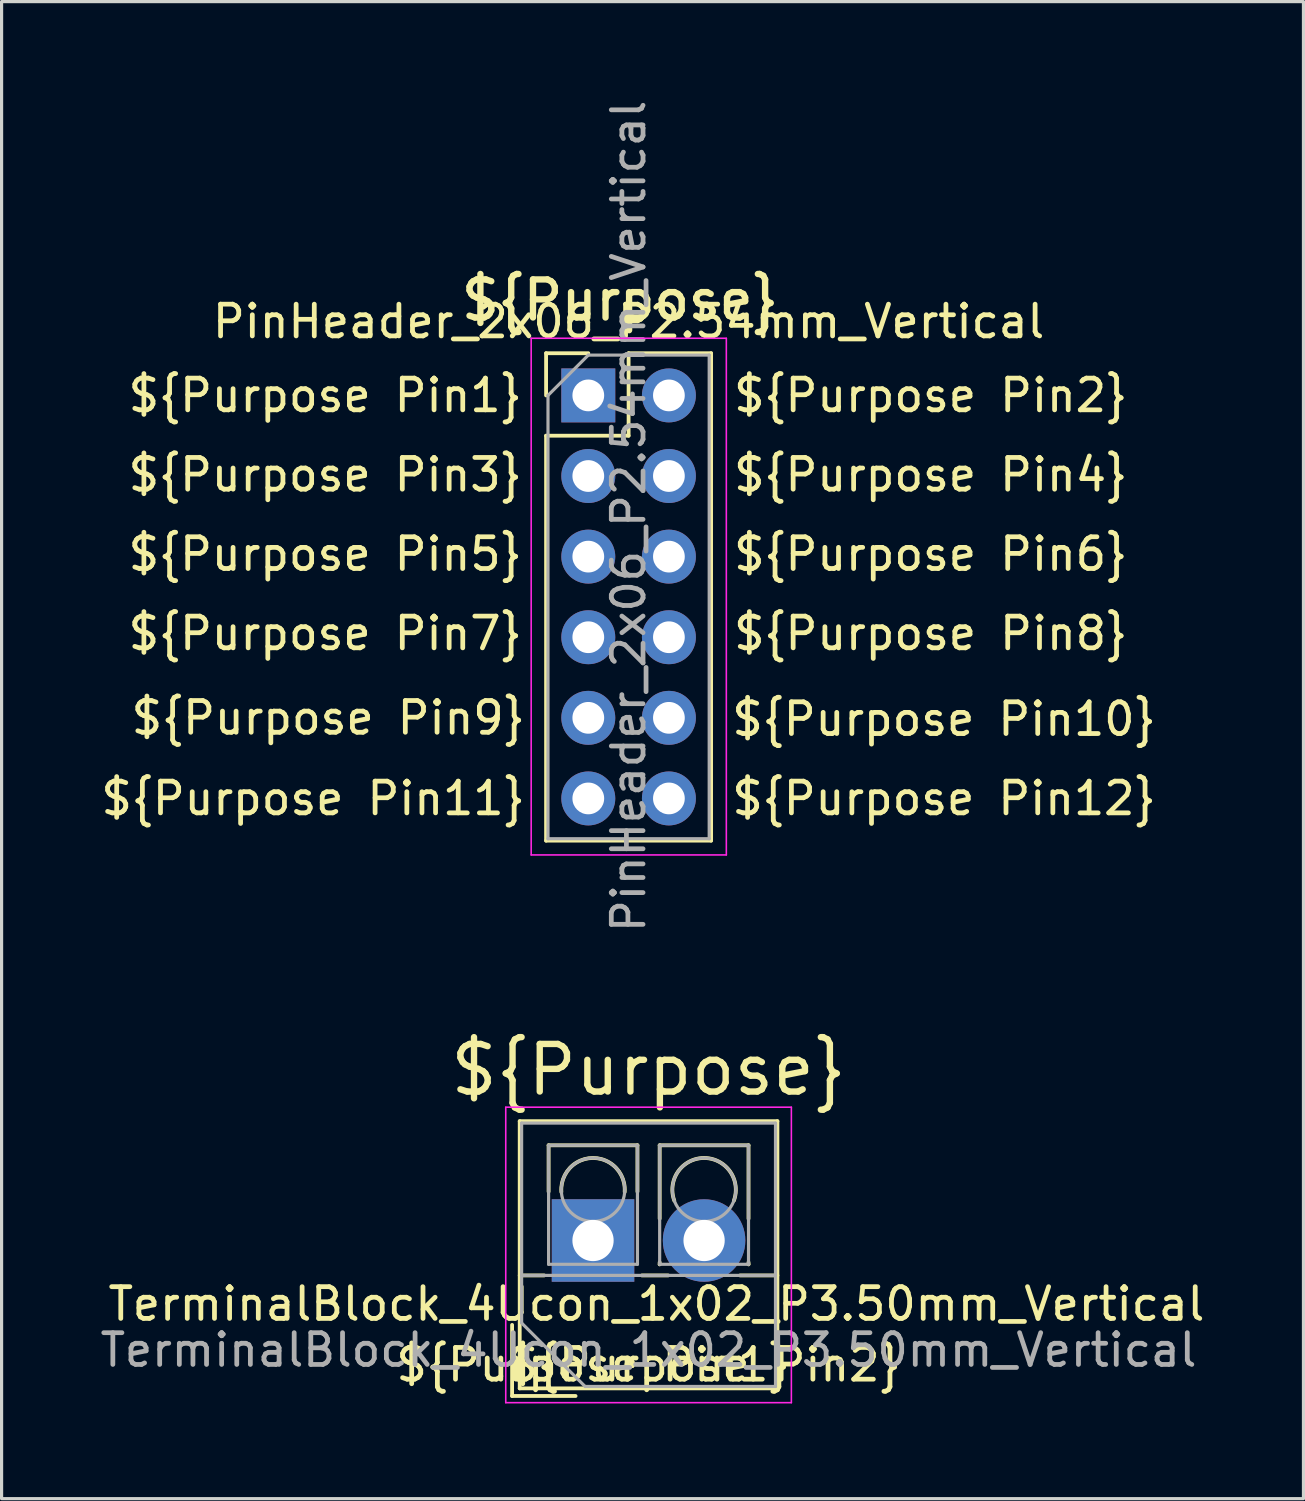
<source format=kicad_pcb>
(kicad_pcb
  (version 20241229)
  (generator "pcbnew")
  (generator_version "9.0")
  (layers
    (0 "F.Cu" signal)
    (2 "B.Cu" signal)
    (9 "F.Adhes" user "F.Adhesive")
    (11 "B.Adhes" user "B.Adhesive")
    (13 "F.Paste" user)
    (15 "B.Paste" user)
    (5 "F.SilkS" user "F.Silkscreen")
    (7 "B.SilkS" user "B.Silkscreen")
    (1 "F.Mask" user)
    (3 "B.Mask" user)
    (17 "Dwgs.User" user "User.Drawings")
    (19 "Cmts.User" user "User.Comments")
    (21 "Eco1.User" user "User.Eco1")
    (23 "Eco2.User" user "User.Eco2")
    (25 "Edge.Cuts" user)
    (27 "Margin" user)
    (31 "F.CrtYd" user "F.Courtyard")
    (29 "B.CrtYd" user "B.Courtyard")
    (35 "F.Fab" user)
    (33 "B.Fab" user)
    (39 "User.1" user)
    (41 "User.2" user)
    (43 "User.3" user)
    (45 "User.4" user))
  (footprint "PinHeader_2x06_P2.54mm_Vertical"
    (layer "F.Cu")
    (at 15.488 9.41)
    (property "Reference" "PinHeader_2x06_P2.54mm_Vertical" (at 1.27 -2.33 0) (layer "F.SilkS") (effects (font (size 1 1) (thickness 0.15))))
    (attr through_hole)
    (fp_line (start -1.33 -1.33) (end 0 -1.33) (stroke (width 0.12) (type solid)) (layer "F.SilkS"))
    (fp_line (start -1.33 0) (end -1.33 -1.33) (stroke (width 0.12) (type solid)) (layer "F.SilkS"))
    (fp_line (start -1.33 1.27) (end -1.33 14.03) (stroke (width 0.12) (type solid)) (layer "F.SilkS"))
    (fp_line (start -1.33 1.27) (end 1.27 1.27) (stroke (width 0.12) (type solid)) (layer "F.SilkS"))
    (fp_line (start -1.33 14.03) (end 3.87 14.03) (stroke (width 0.12) (type solid)) (layer "F.SilkS"))
    (fp_line (start 1.27 -1.33) (end 3.87 -1.33) (stroke (width 0.12) (type solid)) (layer "F.SilkS"))
    (fp_line (start 1.27 1.27) (end 1.27 -1.33) (stroke (width 0.12) (type solid)) (layer "F.SilkS"))
    (fp_line (start 3.87 -1.33) (end 3.87 14.03) (stroke (width 0.12) (type solid)) (layer "F.SilkS"))
    (fp_line (start -1.8 -1.8) (end -1.8 14.48) (stroke (width 0.05) (type solid)) (layer "F.CrtYd"))
    (fp_line (start -1.8 14.48) (end 4.35 14.48) (stroke (width 0.05) (type solid)) (layer "F.CrtYd"))
    (fp_line (start 4.35 -1.8) (end -1.8 -1.8) (stroke (width 0.05) (type solid)) (layer "F.CrtYd"))
    (fp_line (start 4.35 14.48) (end 4.35 -1.8) (stroke (width 0.05) (type solid)) (layer "F.CrtYd"))
    (fp_line (start -1.27 0) (end 0 -1.27) (stroke (width 0.1) (type solid)) (layer "F.Fab"))
    (fp_line (start -1.27 13.97) (end -1.27 0) (stroke (width 0.1) (type solid)) (layer "F.Fab"))
    (fp_line (start 0 -1.27) (end 3.81 -1.27) (stroke (width 0.1) (type solid)) (layer "F.Fab"))
    (fp_line (start 3.81 -1.27) (end 3.81 13.97) (stroke (width 0.1) (type solid)) (layer "F.Fab"))
    (fp_line (start 3.81 13.97) (end -1.27 13.97) (stroke (width 0.1) (type solid)) (layer "F.Fab"))
    (fp_text user "${Purpose Pin8}" (at 4.5 7.5 0) (layer "F.SilkS") (effects (font (size 1 1) (thickness 0.15)) (justify left)))
    (fp_text user "${Purpose Pin11}" (at -1.905 12.7 0) (layer "F.SilkS") (effects (font (size 1 1) (thickness 0.15)) (justify right)))
    (fp_text user "${Purpose Pin6}" (at 4.5 5 0) (layer "F.SilkS") (effects (font (size 1 1) (thickness 0.15)) (justify left)))
    (fp_text user "${Purpose Pin7}" (at -2 7.5 0) (layer "F.SilkS") (effects (font (size 1 1) (thickness 0.15)) (justify right)))
    (fp_text user "${Purpose Pin3}" (at -2 2.5 0) (layer "F.SilkS") (effects (font (size 1 1) (thickness 0.15)) (justify right)))
    (fp_text user "${Purpose Pin9}" (at -1.905 10.16 0) (layer "F.SilkS") (effects (font (size 1 1) (thickness 0.15)) (justify right)))
    (fp_text user "${Purpose Pin1}" (at -2 0 0) (layer "F.SilkS") (effects (font (size 1 1) (thickness 0.15)) (justify right)))
    (fp_text user "${Purpose Pin5}" (at -2 5 0) (layer "F.SilkS") (effects (font (size 1 1) (thickness 0.15)) (justify right)))
    (fp_text user "${Purpose Pin10}" (at 4.445 10.2 0) (layer "F.SilkS") (effects (font (size 1 1) (thickness 0.15)) (justify left)))
    (fp_text user "${Purpose Pin12}" (at 4.445 12.7 0) (layer "F.SilkS") (effects (font (size 1 1) (thickness 0.15)) (justify left)))
    (fp_text user "${Purpose Pin2}" (at 4.5 0 0) (layer "F.SilkS") (effects (font (size 1 1) (thickness 0.15)) (justify left)))
    (fp_text user "${Purpose Pin4}" (at 4.5 2.5 0) (layer "F.SilkS") (effects (font (size 1 1) (thickness 0.15)) (justify left)))
    (fp_text user "${Purpose}" (at 1 -3 0) (layer "F.SilkS") (effects (font (size 1.2 1.2) (thickness 0.2))))
    (fp_text user "${REFERENCE}" (at 1.27 3.81 90) (layer "F.Fab") (effects (font (size 1 1) (thickness 0.15))))
    (pad "1" thru_hole rect (at 0 0) (size 1.7 1.7) (drill 1) (layers "*.Cu" "*.Mask"))
    (pad "2" thru_hole oval (at 2.54 0) (size 1.7 1.7) (drill 1) (layers "*.Cu" "*.Mask"))
    (pad "3" thru_hole oval (at 0 2.54) (size 1.7 1.7) (drill 1) (layers "*.Cu" "*.Mask"))
    (pad "4" thru_hole oval (at 2.54 2.54) (size 1.7 1.7) (drill 1) (layers "*.Cu" "*.Mask"))
    (pad "5" thru_hole oval (at 0 5.08) (size 1.7 1.7) (drill 1) (layers "*.Cu" "*.Mask"))
    (pad "6" thru_hole oval (at 2.54 5.08) (size 1.7 1.7) (drill 1) (layers "*.Cu" "*.Mask"))
    (pad "7" thru_hole oval (at 0 7.62) (size 1.7 1.7) (drill 1) (layers "*.Cu" "*.Mask"))
    (pad "8" thru_hole oval (at 2.54 7.62) (size 1.7 1.7) (drill 1) (layers "*.Cu" "*.Mask"))
    (pad "9" thru_hole oval (at 0 10.16) (size 1.7 1.7) (drill 1) (layers "*.Cu" "*.Mask"))
    (pad "10" thru_hole oval (at 2.54 10.16) (size 1.7 1.7) (drill 1) (layers "*.Cu" "*.Mask"))
    (pad "11" thru_hole oval (at 0 12.7) (size 1.7 1.7) (drill 1) (layers "*.Cu" "*.Mask"))
    (pad "12" thru_hole oval (at 2.54 12.7) (size 1.7 1.7) (drill 1) (layers "*.Cu" "*.Mask")))
  (footprint "TerminalBlock_4Ucon_1x02_P3.50mm_Vertical"
    (layer "F.Cu")
    (at 15.637 36.04)
    (property "Reference" "TerminalBlock_4Ucon_1x02_P3.50mm_Vertical" (at 2 2 0) (layer "F.SilkS") (effects (font (size 1 1) (thickness 0.15))))
    (attr through_hole)
    (fp_line (start -2.55 2.66) (end -2.55 4.9) (stroke (width 0.12) (type solid)) (layer "F.SilkS"))
    (fp_line (start -2.55 4.9) (end -0.55 4.9) (stroke (width 0.12) (type solid)) (layer "F.SilkS"))
    (fp_line (start -2.31 -3.76) (end -2.31 4.66) (stroke (width 0.12) (type solid)) (layer "F.SilkS"))
    (fp_line (start -2.31 -3.76) (end 5.81 -3.76) (stroke (width 0.12) (type solid)) (layer "F.SilkS"))
    (fp_line (start -2.31 1.101) (end -1.54 1.101) (stroke (width 0.12) (type solid)) (layer "F.SilkS"))
    (fp_line (start -2.31 4.66) (end 5.81 4.66) (stroke (width 0.12) (type solid)) (layer "F.SilkS"))
    (fp_line (start -1.4 -3) (end -1.4 -1.54) (stroke (width 0.12) (type solid)) (layer "F.SilkS"))
    (fp_line (start -1.4 -3) (end 1.4 -3) (stroke (width 0.12) (type solid)) (layer "F.SilkS"))
    (fp_line (start 1.4 -3) (end 1.4 -1.54) (stroke (width 0.12) (type solid)) (layer "F.SilkS"))
    (fp_line (start 1.54 1.101) (end 2.367 1.101) (stroke (width 0.12) (type solid)) (layer "F.SilkS"))
    (fp_line (start 2.1 -3) (end 2.1 -0.689) (stroke (width 0.12) (type solid)) (layer "F.SilkS"))
    (fp_line (start 2.1 -3) (end 4.9 -3) (stroke (width 0.12) (type solid)) (layer "F.SilkS"))
    (fp_line (start 2.1 0.689) (end 2.1 0.75) (stroke (width 0.12) (type solid)) (layer "F.SilkS"))
    (fp_line (start 2.1 0.75) (end 2.101 0.75) (stroke (width 0.12) (type solid)) (layer "F.SilkS"))
    (fp_line (start 4.634 1.101) (end 5.81 1.101) (stroke (width 0.12) (type solid)) (layer "F.SilkS"))
    (fp_line (start 4.9 -3) (end 4.9 -0.689) (stroke (width 0.12) (type solid)) (layer "F.SilkS"))
    (fp_line (start 4.9 0.689) (end 4.9 0.75) (stroke (width 0.12) (type solid)) (layer "F.SilkS"))
    (fp_line (start 4.9 0.75) (end 4.9 0.75) (stroke (width 0.12) (type solid)) (layer "F.SilkS"))
    (fp_line (start 5.81 -3.76) (end 5.81 4.66) (stroke (width 0.12) (type solid)) (layer "F.SilkS"))
    (fp_arc (start -0.99789 -1.529434) (mid -0.000785 -2.600382) (end 0.998 -1.531) (stroke (width 0.12) (type solid)) (layer "F.SilkS"))
    (fp_arc (start 2.560085 -1.257767) (mid 3.499876 -2.600282) (end 4.44 -1.258) (stroke (width 0.12) (type solid)) (layer "F.SilkS"))
    (fp_line (start -2.75 -4.2) (end -2.75 5.11) (stroke (width 0.05) (type solid)) (layer "F.CrtYd"))
    (fp_line (start -2.75 5.11) (end 6.25 5.11) (stroke (width 0.05) (type solid)) (layer "F.CrtYd"))
    (fp_line (start 6.25 -4.2) (end -2.75 -4.2) (stroke (width 0.05) (type solid)) (layer "F.CrtYd"))
    (fp_line (start 6.25 5.11) (end 6.25 -4.2) (stroke (width 0.05) (type solid)) (layer "F.CrtYd"))
    (fp_line (start -2.25 -3.7) (end 5.75 -3.7) (stroke (width 0.1) (type solid)) (layer "F.Fab"))
    (fp_line (start -2.25 1.1) (end 5.75 1.1) (stroke (width 0.1) (type solid)) (layer "F.Fab"))
    (fp_line (start -2.25 2.6) (end -2.25 -3.7) (stroke (width 0.1) (type solid)) (layer "F.Fab"))
    (fp_line (start -1.4 -3) (end -1.4 0.75) (stroke (width 0.1) (type solid)) (layer "F.Fab"))
    (fp_line (start -1.4 0.75) (end 1.4 0.75) (stroke (width 0.1) (type solid)) (layer "F.Fab"))
    (fp_line (start -0.25 4.6) (end -2.25 2.6) (stroke (width 0.1) (type solid)) (layer "F.Fab"))
    (fp_line (start 1.4 -3) (end -1.4 -3) (stroke (width 0.1) (type solid)) (layer "F.Fab"))
    (fp_line (start 1.4 0.75) (end 1.4 -3) (stroke (width 0.1) (type solid)) (layer "F.Fab"))
    (fp_line (start 2.1 -3) (end 2.1 0.75) (stroke (width 0.1) (type solid)) (layer "F.Fab"))
    (fp_line (start 2.1 0.75) (end 4.9 0.75) (stroke (width 0.1) (type solid)) (layer "F.Fab"))
    (fp_line (start 4.9 -3) (end 2.1 -3) (stroke (width 0.1) (type solid)) (layer "F.Fab"))
    (fp_line (start 4.9 0.75) (end 4.9 -3) (stroke (width 0.1) (type solid)) (layer "F.Fab"))
    (fp_line (start 5.75 -3.7) (end 5.75 4.6) (stroke (width 0.1) (type solid)) (layer "F.Fab"))
    (fp_line (start 5.75 4.6) (end -0.25 4.6) (stroke (width 0.1) (type solid)) (layer "F.Fab"))
    (fp_circle (center 0 -1.6) (end 1 -1.6) (stroke (width 0.1) (type solid)) (fill no) (layer "F.Fab"))
    (fp_circle (center 3.5 -1.6) (end 4.5 -1.6) (stroke (width 0.1) (type solid)) (fill no) (layer "F.Fab"))
    (fp_text user "${Purpose}" (at 1.75 -4.5 0) (unlocked yes) (layer "F.SilkS") (effects (font (size 1.5 1.5) (thickness 0.2)) (justify bottom)))
    (fp_text user "${Purpose Pin1}" (at 0 4.5 0) (unlocked yes) (layer "F.SilkS") (effects (font (size 1 1) (thickness 0.15)) (justify bottom)))
    (fp_text user "${Purpose Pin2}" (at 3.5 4.5 0) (unlocked yes) (layer "F.SilkS") (effects (font (size 1 1) (thickness 0.15)) (justify bottom)))
    (fp_text user "${REFERENCE}" (at 1.75 3.45 0) (layer "F.Fab") (effects (font (size 1 1) (thickness 0.15))))
    (pad "1" thru_hole rect (at 0 0) (size 2.6 2.6) (drill 1.3) (layers "*.Cu" "*.Mask"))
    (pad "2" thru_hole circle (at 3.5 0) (size 2.6 2.6) (drill 1.3) (layers "*.Cu" "*.Mask")))
  (gr_rect
    (start -3 -3)
    (end 38.024 44.175)
    (stroke (width 0.1) (type default))
    (fill no)
    (layer "Edge.Cuts")))
</source>
